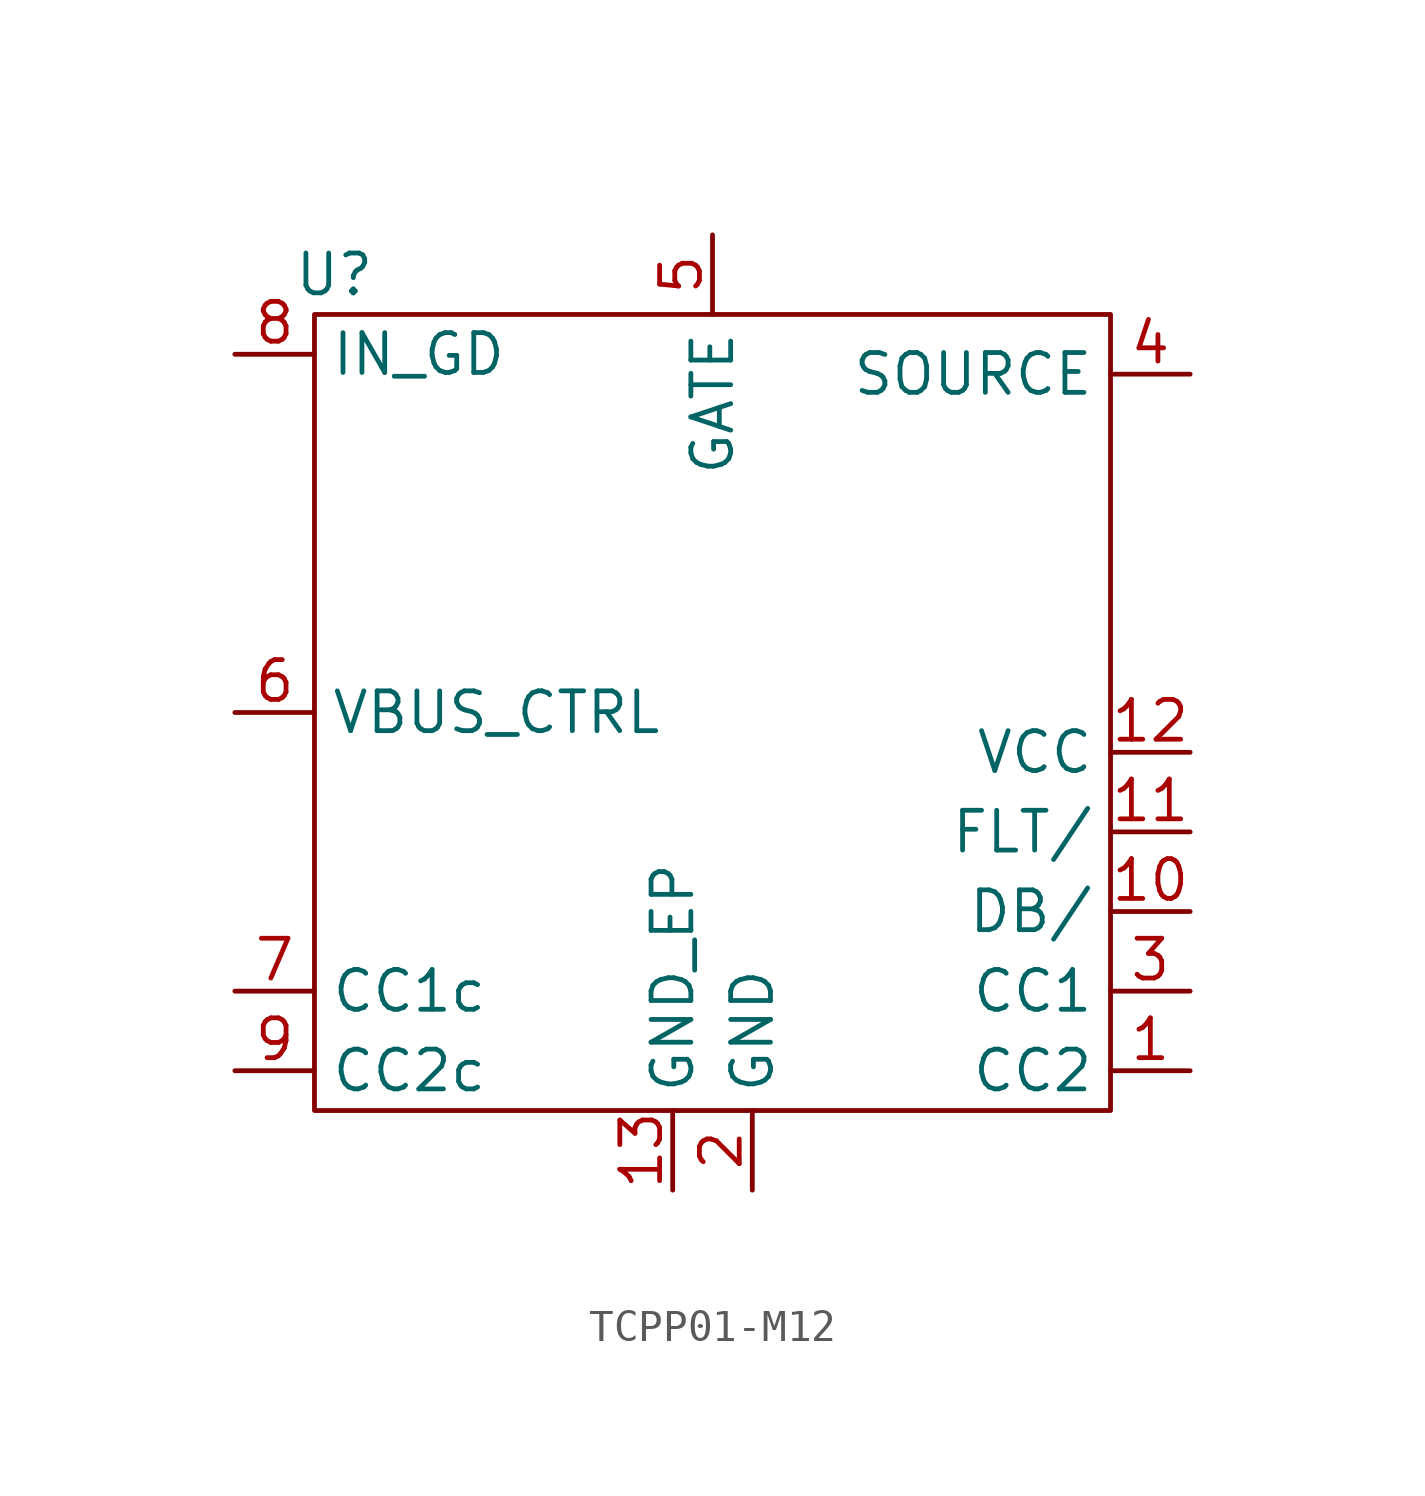
<source format=kicad_sym>
(kicad_symbol_lib
  (version 20241209)
  (generator "kicad_symbol_editor")
  (generator_version "9.0")
  (symbol "TCPP01-M12"
    (property "Reference" "U"
      (at -12.065 7.62 0)
      (effects (font (size 1.27 1.27))))
    (property "Value" ""
      (at 0 0 0)
      (effects (font (size 1.27 1.27))))
    (symbol "TCPP01-M12_0_1"
      (rectangle (start -12.7 6.35) (end 12.7 -19.05) (stroke (width 0) (type default)) (fill (type none))))
    (symbol "TCPP01-M12_1_1"
      (pin power_in line (at -15.24 5.08 0) (length 2.54) (name "IN_GD" (effects (font (size 1.27 1.27)))) (number "8" (effects (font (size 1.27 1.27)))))
      (pin bidirectional line (at -15.24 -6.35 0) (length 2.54) (name "VBUS_CTRL" (effects (font (size 1.27 1.27)))) (number "6" (effects (font (size 1.27 1.27)))))
      (pin bidirectional line (at -15.24 -15.24 0) (length 2.54) (name "CC1c" (effects (font (size 1.27 1.27)))) (number "7" (effects (font (size 1.27 1.27)))))
      (pin bidirectional line (at -15.24 -17.78 0) (length 2.54) (name "CC2c" (effects (font (size 1.27 1.27)))) (number "9" (effects (font (size 1.27 1.27)))))
      (pin power_in line (at -1.27 -21.59 90) (length 2.54) (name "GND_EP" (effects (font (size 1.27 1.27)))) (number "13" (effects (font (size 1.27 1.27)))))
      (pin output line (at 0 8.89 270) (length 2.54) (name "GATE" (effects (font (size 1.27 1.27)))) (number "5" (effects (font (size 1.27 1.27)))))
      (pin power_in line (at 1.27 -21.59 90) (length 2.54) (name "GND" (effects (font (size 1.27 1.27)))) (number "2" (effects (font (size 1.27 1.27)))))
      (pin bidirectional line (at 15.24 4.445 180) (length 2.54) (name "SOURCE" (effects (font (size 1.27 1.27)))) (number "4" (effects (font (size 1.27 1.27)))))
      (pin input line (at 15.24 -7.62 180) (length 2.54) (name "VCC" (effects (font (size 1.27 1.27)))) (number "12" (effects (font (size 1.27 1.27)))))
      (pin bidirectional line (at 15.24 -10.16 180) (length 2.54) (name "FLT/" (effects (font (size 1.27 1.27)))) (number "11" (effects (font (size 1.27 1.27)))))
      (pin bidirectional line (at 15.24 -12.7 180) (length 2.54) (name "DB/" (effects (font (size 1.27 1.27)))) (number "10" (effects (font (size 1.27 1.27)))))
      (pin bidirectional line (at 15.24 -15.24 180) (length 2.54) (name "CC1" (effects (font (size 1.27 1.27)))) (number "3" (effects (font (size 1.27 1.27)))))
      (pin bidirectional line (at 15.24 -17.78 180) (length 2.54) (name "CC2" (effects (font (size 1.27 1.27)))) (number "1" (effects (font (size 1.27 1.27))))))))
</source>
